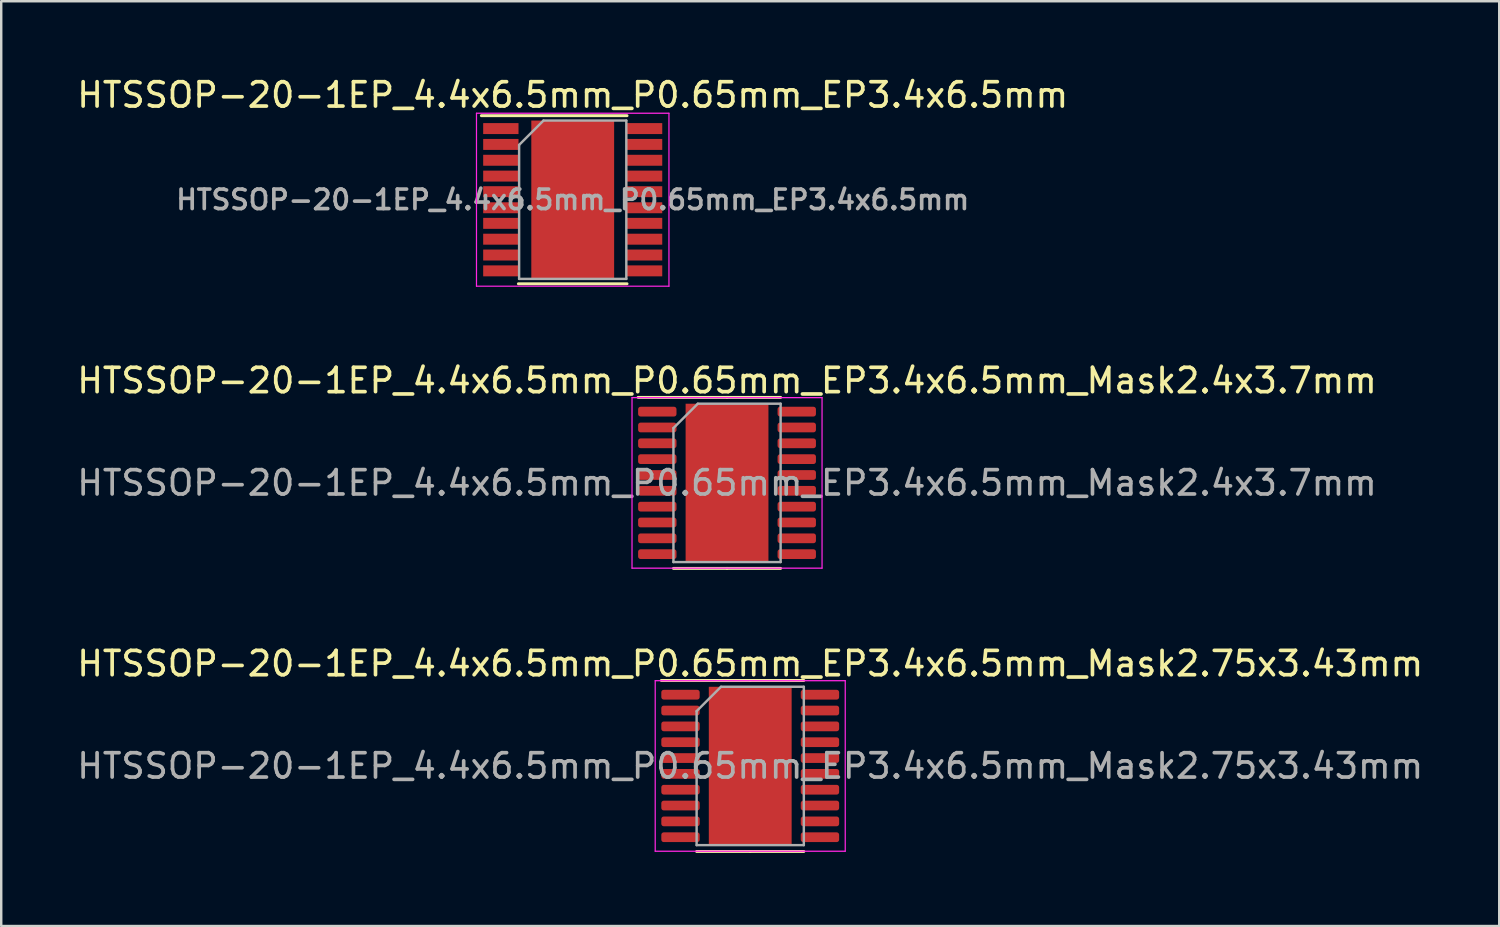
<source format=kicad_pcb>
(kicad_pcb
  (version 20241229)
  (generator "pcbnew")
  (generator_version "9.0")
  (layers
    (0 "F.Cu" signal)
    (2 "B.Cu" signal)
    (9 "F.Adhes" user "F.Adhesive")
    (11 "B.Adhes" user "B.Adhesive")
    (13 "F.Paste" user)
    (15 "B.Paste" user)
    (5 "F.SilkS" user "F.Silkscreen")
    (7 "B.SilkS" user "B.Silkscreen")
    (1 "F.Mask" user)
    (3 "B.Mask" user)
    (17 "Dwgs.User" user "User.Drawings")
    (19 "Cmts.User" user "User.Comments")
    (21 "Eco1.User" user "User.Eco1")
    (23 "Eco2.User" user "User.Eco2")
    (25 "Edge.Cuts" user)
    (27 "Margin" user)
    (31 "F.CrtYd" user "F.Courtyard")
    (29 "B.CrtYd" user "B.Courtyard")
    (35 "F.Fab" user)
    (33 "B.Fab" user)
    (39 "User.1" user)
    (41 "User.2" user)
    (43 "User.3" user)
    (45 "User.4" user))
  (footprint "HTSSOP-20-1EP_4.4x6.5mm_P0.65mm_EP3.4x6.5mm_Mask2.75x3.43mm"
    (layer "F.Cu")
    (at 27.744 28.39)
    (property "Reference" "HTSSOP-20-1EP_4.4x6.5mm_P0.65mm_EP3.4x6.5mm_Mask2.75x3.43mm" (at 0 -4.2 0) (layer "F.SilkS") (effects (font (size 1 1) (thickness 0.15))))
    (attr smd)
    (fp_line (start 0 -3.51) (end -3.65 -3.51) (stroke (width 0.12) (type solid)) (layer "F.SilkS"))
    (fp_line (start 0 -3.51) (end 2.2 -3.51) (stroke (width 0.12) (type solid)) (layer "F.SilkS"))
    (fp_line (start 0 3.51) (end -2.2 3.51) (stroke (width 0.12) (type solid)) (layer "F.SilkS"))
    (fp_line (start 0 3.51) (end 2.2 3.51) (stroke (width 0.12) (type solid)) (layer "F.SilkS"))
    (fp_line (start -3.9 -3.5) (end -3.9 3.5) (stroke (width 0.05) (type solid)) (layer "F.CrtYd"))
    (fp_line (start -3.9 3.5) (end 3.9 3.5) (stroke (width 0.05) (type solid)) (layer "F.CrtYd"))
    (fp_line (start 3.9 -3.5) (end -3.9 -3.5) (stroke (width 0.05) (type solid)) (layer "F.CrtYd"))
    (fp_line (start 3.9 3.5) (end 3.9 -3.5) (stroke (width 0.05) (type solid)) (layer "F.CrtYd"))
    (fp_line (start -2.2 -2.25) (end -1.2 -3.25) (stroke (width 0.1) (type solid)) (layer "F.Fab"))
    (fp_line (start -2.2 3.25) (end -2.2 -2.25) (stroke (width 0.1) (type solid)) (layer "F.Fab"))
    (fp_line (start -1.2 -3.25) (end 2.2 -3.25) (stroke (width 0.1) (type solid)) (layer "F.Fab"))
    (fp_line (start 2.2 -3.25) (end 2.2 3.25) (stroke (width 0.1) (type solid)) (layer "F.Fab"))
    (fp_line (start 2.2 3.25) (end -2.2 3.25) (stroke (width 0.1) (type solid)) (layer "F.Fab"))
    (fp_text user "${REFERENCE}" (at 0 0 0) (layer "F.Fab") (effects (font (size 1 1) (thickness 0.15))))
    (pad "" smd roundrect (at -0.69 -0.86) (size 1.11 1.38) (layers "F.Paste") (roundrect_rratio 0.225))
    (pad "" smd roundrect (at -0.69 0.86) (size 1.11 1.38) (layers "F.Paste") (roundrect_rratio 0.225))
    (pad "" smd rect (at 0 0) (size 2.75 3.43) (layers "F.Mask"))
    (pad "" smd roundrect (at 0.69 -0.86) (size 1.11 1.38) (layers "F.Paste") (roundrect_rratio 0.225))
    (pad "" smd roundrect (at 0.69 0.86) (size 1.11 1.38) (layers "F.Paste") (roundrect_rratio 0.225))
    (pad "1" smd roundrect (at -2.862 -2.925) (size 1.575 0.4) (layers "F.Cu" "F.Mask" "F.Paste") (roundrect_rratio 0.25))
    (pad "2" smd roundrect (at -2.862 -2.275) (size 1.575 0.4) (layers "F.Cu" "F.Mask" "F.Paste") (roundrect_rratio 0.25))
    (pad "3" smd roundrect (at -2.862 -1.625) (size 1.575 0.4) (layers "F.Cu" "F.Mask" "F.Paste") (roundrect_rratio 0.25))
    (pad "4" smd roundrect (at -2.862 -0.975) (size 1.575 0.4) (layers "F.Cu" "F.Mask" "F.Paste") (roundrect_rratio 0.25))
    (pad "5" smd roundrect (at -2.862 -0.325) (size 1.575 0.4) (layers "F.Cu" "F.Mask" "F.Paste") (roundrect_rratio 0.25))
    (pad "6" smd roundrect (at -2.862 0.325) (size 1.575 0.4) (layers "F.Cu" "F.Mask" "F.Paste") (roundrect_rratio 0.25))
    (pad "7" smd roundrect (at -2.862 0.975) (size 1.575 0.4) (layers "F.Cu" "F.Mask" "F.Paste") (roundrect_rratio 0.25))
    (pad "8" smd roundrect (at -2.862 1.625) (size 1.575 0.4) (layers "F.Cu" "F.Mask" "F.Paste") (roundrect_rratio 0.25))
    (pad "9" smd roundrect (at -2.862 2.275) (size 1.575 0.4) (layers "F.Cu" "F.Mask" "F.Paste") (roundrect_rratio 0.25))
    (pad "10" smd roundrect (at -2.862 2.925) (size 1.575 0.4) (layers "F.Cu" "F.Mask" "F.Paste") (roundrect_rratio 0.25))
    (pad "11" smd roundrect (at 2.862 2.925) (size 1.575 0.4) (layers "F.Cu" "F.Mask" "F.Paste") (roundrect_rratio 0.25))
    (pad "12" smd roundrect (at 2.862 2.275) (size 1.575 0.4) (layers "F.Cu" "F.Mask" "F.Paste") (roundrect_rratio 0.25))
    (pad "13" smd roundrect (at 2.862 1.625) (size 1.575 0.4) (layers "F.Cu" "F.Mask" "F.Paste") (roundrect_rratio 0.25))
    (pad "14" smd roundrect (at 2.862 0.975) (size 1.575 0.4) (layers "F.Cu" "F.Mask" "F.Paste") (roundrect_rratio 0.25))
    (pad "15" smd roundrect (at 2.862 0.325) (size 1.575 0.4) (layers "F.Cu" "F.Mask" "F.Paste") (roundrect_rratio 0.25))
    (pad "16" smd roundrect (at 2.862 -0.325) (size 1.575 0.4) (layers "F.Cu" "F.Mask" "F.Paste") (roundrect_rratio 0.25))
    (pad "17" smd roundrect (at 2.862 -0.975) (size 1.575 0.4) (layers "F.Cu" "F.Mask" "F.Paste") (roundrect_rratio 0.25))
    (pad "18" smd roundrect (at 2.862 -1.625) (size 1.575 0.4) (layers "F.Cu" "F.Mask" "F.Paste") (roundrect_rratio 0.25))
    (pad "19" smd roundrect (at 2.862 -2.275) (size 1.575 0.4) (layers "F.Cu" "F.Mask" "F.Paste") (roundrect_rratio 0.25))
    (pad "20" smd roundrect (at 2.862 -2.925) (size 1.575 0.4) (layers "F.Cu" "F.Mask" "F.Paste") (roundrect_rratio 0.25))
    (pad "21" smd rect (at 0 0) (size 3.4 6.5) (layers "F.Cu")))
  (footprint "HTSSOP-20-1EP_4.4x6.5mm_P0.65mm_EP3.4x6.5mm_Mask2.4x3.7mm"
    (layer "F.Cu")
    (at 26.792 16.771)
    (property "Reference" "HTSSOP-20-1EP_4.4x6.5mm_P0.65mm_EP3.4x6.5mm_Mask2.4x3.7mm" (at 0 -4.2 0) (layer "F.SilkS") (effects (font (size 1 1) (thickness 0.15))))
    (attr smd)
    (fp_line (start 0 -3.51) (end -3.65 -3.51) (stroke (width 0.12) (type solid)) (layer "F.SilkS"))
    (fp_line (start 0 -3.51) (end 2.2 -3.51) (stroke (width 0.12) (type solid)) (layer "F.SilkS"))
    (fp_line (start 0 3.51) (end -2.2 3.51) (stroke (width 0.12) (type solid)) (layer "F.SilkS"))
    (fp_line (start 0 3.51) (end 2.2 3.51) (stroke (width 0.12) (type solid)) (layer "F.SilkS"))
    (fp_line (start -3.9 -3.5) (end -3.9 3.5) (stroke (width 0.05) (type solid)) (layer "F.CrtYd"))
    (fp_line (start -3.9 3.5) (end 3.9 3.5) (stroke (width 0.05) (type solid)) (layer "F.CrtYd"))
    (fp_line (start 3.9 -3.5) (end -3.9 -3.5) (stroke (width 0.05) (type solid)) (layer "F.CrtYd"))
    (fp_line (start 3.9 3.5) (end 3.9 -3.5) (stroke (width 0.05) (type solid)) (layer "F.CrtYd"))
    (fp_line (start -2.2 -2.25) (end -1.2 -3.25) (stroke (width 0.1) (type solid)) (layer "F.Fab"))
    (fp_line (start -2.2 3.25) (end -2.2 -2.25) (stroke (width 0.1) (type solid)) (layer "F.Fab"))
    (fp_line (start -1.2 -3.25) (end 2.2 -3.25) (stroke (width 0.1) (type solid)) (layer "F.Fab"))
    (fp_line (start 2.2 -3.25) (end 2.2 3.25) (stroke (width 0.1) (type solid)) (layer "F.Fab"))
    (fp_line (start 2.2 3.25) (end -2.2 3.25) (stroke (width 0.1) (type solid)) (layer "F.Fab"))
    (fp_text user "${REFERENCE}" (at 0 0 0) (layer "F.Fab") (effects (font (size 1 1) (thickness 0.15))))
    (pad "" smd roundrect (at 0 -0.925) (size 1.93 1.49) (layers "F.Paste") (roundrect_rratio 0.168))
    (pad "" smd rect (at 0 0) (size 2.4 3.7) (layers "F.Mask"))
    (pad "" smd roundrect (at 0 0.925) (size 1.93 1.49) (layers "F.Paste") (roundrect_rratio 0.168))
    (pad "1" smd roundrect (at -2.862 -2.925) (size 1.575 0.4) (layers "F.Cu" "F.Mask" "F.Paste") (roundrect_rratio 0.25))
    (pad "2" smd roundrect (at -2.862 -2.275) (size 1.575 0.4) (layers "F.Cu" "F.Mask" "F.Paste") (roundrect_rratio 0.25))
    (pad "3" smd roundrect (at -2.862 -1.625) (size 1.575 0.4) (layers "F.Cu" "F.Mask" "F.Paste") (roundrect_rratio 0.25))
    (pad "4" smd roundrect (at -2.862 -0.975) (size 1.575 0.4) (layers "F.Cu" "F.Mask" "F.Paste") (roundrect_rratio 0.25))
    (pad "5" smd roundrect (at -2.862 -0.325) (size 1.575 0.4) (layers "F.Cu" "F.Mask" "F.Paste") (roundrect_rratio 0.25))
    (pad "6" smd roundrect (at -2.862 0.325) (size 1.575 0.4) (layers "F.Cu" "F.Mask" "F.Paste") (roundrect_rratio 0.25))
    (pad "7" smd roundrect (at -2.862 0.975) (size 1.575 0.4) (layers "F.Cu" "F.Mask" "F.Paste") (roundrect_rratio 0.25))
    (pad "8" smd roundrect (at -2.862 1.625) (size 1.575 0.4) (layers "F.Cu" "F.Mask" "F.Paste") (roundrect_rratio 0.25))
    (pad "9" smd roundrect (at -2.862 2.275) (size 1.575 0.4) (layers "F.Cu" "F.Mask" "F.Paste") (roundrect_rratio 0.25))
    (pad "10" smd roundrect (at -2.862 2.925) (size 1.575 0.4) (layers "F.Cu" "F.Mask" "F.Paste") (roundrect_rratio 0.25))
    (pad "11" smd roundrect (at 2.862 2.925) (size 1.575 0.4) (layers "F.Cu" "F.Mask" "F.Paste") (roundrect_rratio 0.25))
    (pad "12" smd roundrect (at 2.862 2.275) (size 1.575 0.4) (layers "F.Cu" "F.Mask" "F.Paste") (roundrect_rratio 0.25))
    (pad "13" smd roundrect (at 2.862 1.625) (size 1.575 0.4) (layers "F.Cu" "F.Mask" "F.Paste") (roundrect_rratio 0.25))
    (pad "14" smd roundrect (at 2.862 0.975) (size 1.575 0.4) (layers "F.Cu" "F.Mask" "F.Paste") (roundrect_rratio 0.25))
    (pad "15" smd roundrect (at 2.862 0.325) (size 1.575 0.4) (layers "F.Cu" "F.Mask" "F.Paste") (roundrect_rratio 0.25))
    (pad "16" smd roundrect (at 2.862 -0.325) (size 1.575 0.4) (layers "F.Cu" "F.Mask" "F.Paste") (roundrect_rratio 0.25))
    (pad "17" smd roundrect (at 2.862 -0.975) (size 1.575 0.4) (layers "F.Cu" "F.Mask" "F.Paste") (roundrect_rratio 0.25))
    (pad "18" smd roundrect (at 2.862 -1.625) (size 1.575 0.4) (layers "F.Cu" "F.Mask" "F.Paste") (roundrect_rratio 0.25))
    (pad "19" smd roundrect (at 2.862 -2.275) (size 1.575 0.4) (layers "F.Cu" "F.Mask" "F.Paste") (roundrect_rratio 0.25))
    (pad "20" smd roundrect (at 2.862 -2.925) (size 1.575 0.4) (layers "F.Cu" "F.Mask" "F.Paste") (roundrect_rratio 0.25))
    (pad "21" smd rect (at 0 0) (size 3.4 6.5) (layers "F.Cu")))
  (footprint "HTSSOP-20-1EP_4.4x6.5mm_P0.65mm_EP3.4x6.5mm"
    (layer "F.Cu")
    (at 20.458 5.148)
    (property "Reference" "HTSSOP-20-1EP_4.4x6.5mm_P0.65mm_EP3.4x6.5mm" (at 0 -4.3 0) (layer "F.SilkS") (effects (font (size 1 1) (thickness 0.15))))
    (attr smd)
    (fp_line (start -3.75 -3.45) (end 2.23 -3.45) (stroke (width 0.12) (type solid)) (layer "F.SilkS"))
    (fp_line (start -2.23 3.45) (end 2.23 3.45) (stroke (width 0.12) (type solid)) (layer "F.SilkS"))
    (fp_line (start -3.95 -3.55) (end -3.95 3.55) (stroke (width 0.05) (type solid)) (layer "F.CrtYd"))
    (fp_line (start -3.95 -3.55) (end 3.95 -3.55) (stroke (width 0.05) (type solid)) (layer "F.CrtYd"))
    (fp_line (start -3.95 3.55) (end 3.95 3.55) (stroke (width 0.05) (type solid)) (layer "F.CrtYd"))
    (fp_line (start 3.95 -3.55) (end 3.95 3.55) (stroke (width 0.05) (type solid)) (layer "F.CrtYd"))
    (fp_line (start -2.2 -2.25) (end -1.2 -3.25) (stroke (width 0.1) (type solid)) (layer "F.Fab"))
    (fp_line (start -2.2 3.25) (end -2.2 -2.25) (stroke (width 0.1) (type solid)) (layer "F.Fab"))
    (fp_line (start -1.2 -3.25) (end 2.2 -3.25) (stroke (width 0.1) (type solid)) (layer "F.Fab"))
    (fp_line (start 2.2 -3.25) (end 2.2 3.25) (stroke (width 0.1) (type solid)) (layer "F.Fab"))
    (fp_line (start 2.2 3.25) (end -2.2 3.25) (stroke (width 0.1) (type solid)) (layer "F.Fab"))
    (fp_text user "${REFERENCE}" (at 0 0 0) (layer "F.Fab") (effects (font (size 0.8 0.8) (thickness 0.15))))
    (pad "" smd rect (at -0.85 -2.438) (size 1.4 1.325) (layers "F.Paste"))
    (pad "" smd rect (at -0.85 -0.812) (size 1.4 1.325) (layers "F.Paste"))
    (pad "" smd rect (at -0.85 0.812) (size 1.4 1.325) (layers "F.Paste"))
    (pad "" smd rect (at -0.85 2.438) (size 1.4 1.325) (layers "F.Paste"))
    (pad "" smd rect (at 0.85 -2.438) (size 1.4 1.325) (layers "F.Paste"))
    (pad "" smd rect (at 0.85 -0.812) (size 1.4 1.325) (layers "F.Paste"))
    (pad "" smd rect (at 0.85 0.812) (size 1.4 1.325) (layers "F.Paste"))
    (pad "" smd rect (at 0.85 2.438) (size 1.4 1.325) (layers "F.Paste"))
    (pad "1" smd rect (at -2.95 -2.92) (size 1.45 0.45) (layers "F.Cu" "F.Mask" "F.Paste"))
    (pad "2" smd rect (at -2.95 -2.27) (size 1.45 0.45) (layers "F.Cu" "F.Mask" "F.Paste"))
    (pad "3" smd rect (at -2.95 -1.62) (size 1.45 0.45) (layers "F.Cu" "F.Mask" "F.Paste"))
    (pad "4" smd rect (at -2.95 -0.97) (size 1.45 0.45) (layers "F.Cu" "F.Mask" "F.Paste"))
    (pad "5" smd rect (at -2.95 -0.33) (size 1.45 0.45) (layers "F.Cu" "F.Mask" "F.Paste"))
    (pad "6" smd rect (at -2.95 0.33) (size 1.45 0.45) (layers "F.Cu" "F.Mask" "F.Paste"))
    (pad "7" smd rect (at -2.95 0.97) (size 1.45 0.45) (layers "F.Cu" "F.Mask" "F.Paste"))
    (pad "8" smd rect (at -2.95 1.62) (size 1.45 0.45) (layers "F.Cu" "F.Mask" "F.Paste"))
    (pad "9" smd rect (at -2.95 2.27) (size 1.45 0.45) (layers "F.Cu" "F.Mask" "F.Paste"))
    (pad "10" smd rect (at -2.95 2.92) (size 1.45 0.45) (layers "F.Cu" "F.Mask" "F.Paste"))
    (pad "11" smd rect (at 2.95 2.92) (size 1.45 0.45) (layers "F.Cu" "F.Mask" "F.Paste"))
    (pad "12" smd rect (at 2.95 2.27) (size 1.45 0.45) (layers "F.Cu" "F.Mask" "F.Paste"))
    (pad "13" smd rect (at 2.95 1.62) (size 1.45 0.45) (layers "F.Cu" "F.Mask" "F.Paste"))
    (pad "14" smd rect (at 2.95 0.97) (size 1.45 0.45) (layers "F.Cu" "F.Mask" "F.Paste"))
    (pad "15" smd rect (at 2.95 0.33) (size 1.45 0.45) (layers "F.Cu" "F.Mask" "F.Paste"))
    (pad "16" smd rect (at 2.95 -0.33) (size 1.45 0.45) (layers "F.Cu" "F.Mask" "F.Paste"))
    (pad "17" smd rect (at 2.95 -0.97) (size 1.45 0.45) (layers "F.Cu" "F.Mask" "F.Paste"))
    (pad "18" smd rect (at 2.95 -1.62) (size 1.45 0.45) (layers "F.Cu" "F.Mask" "F.Paste"))
    (pad "19" smd rect (at 2.95 -2.27) (size 1.45 0.45) (layers "F.Cu" "F.Mask" "F.Paste"))
    (pad "20" smd rect (at 2.95 -2.92) (size 1.45 0.45) (layers "F.Cu" "F.Mask" "F.Paste"))
    (pad "21" smd rect (at 0 0) (size 3.4 6.5) (layers "F.Cu" "F.Mask")))
  (gr_rect
    (start -3 -3)
    (end 58.488 34.96)
    (stroke (width 0.1) (type default))
    (fill no)
    (layer "Edge.Cuts")))
</source>
